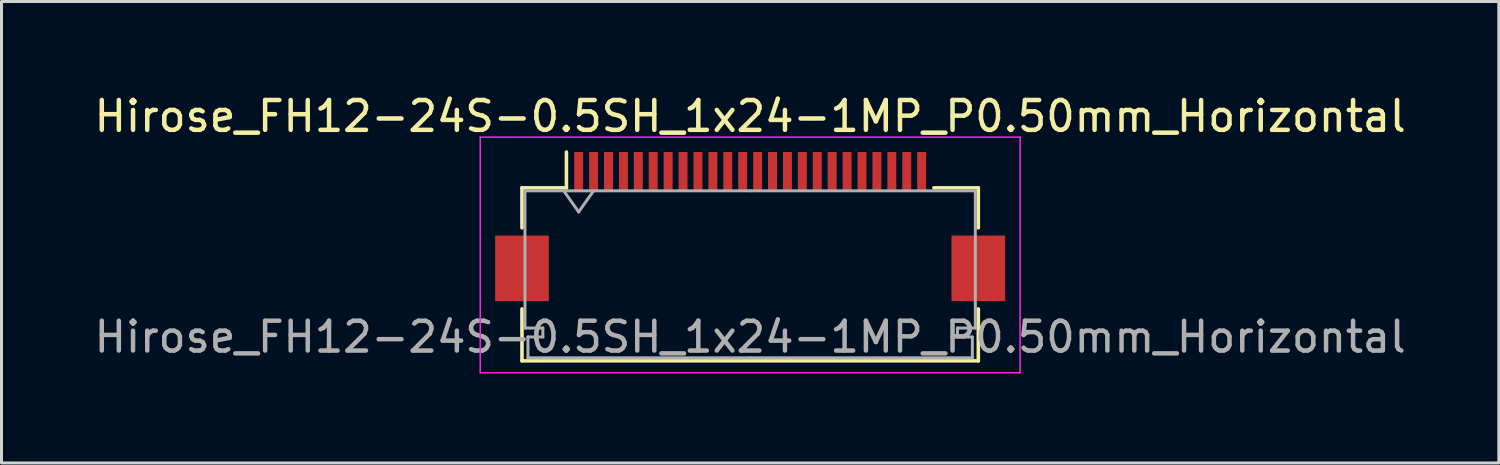
<source format=kicad_pcb>
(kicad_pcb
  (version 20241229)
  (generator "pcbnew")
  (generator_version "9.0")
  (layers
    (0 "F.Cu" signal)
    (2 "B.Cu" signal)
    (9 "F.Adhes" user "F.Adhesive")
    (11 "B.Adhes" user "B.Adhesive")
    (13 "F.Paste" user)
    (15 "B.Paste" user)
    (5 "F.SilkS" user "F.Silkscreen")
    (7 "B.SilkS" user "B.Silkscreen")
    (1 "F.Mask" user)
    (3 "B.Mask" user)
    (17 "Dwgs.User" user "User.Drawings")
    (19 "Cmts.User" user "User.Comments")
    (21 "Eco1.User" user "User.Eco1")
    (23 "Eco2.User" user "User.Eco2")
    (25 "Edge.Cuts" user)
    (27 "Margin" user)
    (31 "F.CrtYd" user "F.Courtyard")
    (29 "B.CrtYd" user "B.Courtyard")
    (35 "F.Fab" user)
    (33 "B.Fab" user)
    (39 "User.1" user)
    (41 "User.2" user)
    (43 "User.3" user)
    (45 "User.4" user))
  (footprint "Hirose_FH12-24S-0.5SH_1x24-1MP_P0.50mm_Horizontal"
    (layer "F.Cu")
    (at 22.101 5.848)
    (property "Reference" "Hirose_FH12-24S-0.5SH_1x24-1MP_P0.50mm_Horizontal" (at 0 -5 0) (layer "F.SilkS") (effects (font (size 1 1) (thickness 0.15))))
    (attr smd)
    (fp_line (start -7.65 -2.6) (end -7.65 -1.26) (stroke (width 0.12) (type solid)) (layer "F.SilkS"))
    (fp_line (start -7.65 1.46) (end -7.65 3.2) (stroke (width 0.12) (type solid)) (layer "F.SilkS"))
    (fp_line (start -7.65 3.2) (end 7.65 3.2) (stroke (width 0.12) (type solid)) (layer "F.SilkS"))
    (fp_line (start -6.16 -2.6) (end -7.65 -2.6) (stroke (width 0.12) (type solid)) (layer "F.SilkS"))
    (fp_line (start -6.16 -2.6) (end -6.16 -3.8) (stroke (width 0.12) (type solid)) (layer "F.SilkS"))
    (fp_line (start 6.16 -2.6) (end 7.65 -2.6) (stroke (width 0.12) (type solid)) (layer "F.SilkS"))
    (fp_line (start 7.65 -2.6) (end 7.65 -1.26) (stroke (width 0.12) (type solid)) (layer "F.SilkS"))
    (fp_line (start 7.65 3.2) (end 7.65 1.46) (stroke (width 0.12) (type solid)) (layer "F.SilkS"))
    (fp_line (start -9.05 -4.3) (end -9.05 3.6) (stroke (width 0.05) (type solid)) (layer "F.CrtYd"))
    (fp_line (start -9.05 3.6) (end 9.05 3.6) (stroke (width 0.05) (type solid)) (layer "F.CrtYd"))
    (fp_line (start 9.05 -4.3) (end -9.05 -4.3) (stroke (width 0.05) (type solid)) (layer "F.CrtYd"))
    (fp_line (start 9.05 3.6) (end 9.05 -4.3) (stroke (width 0.05) (type solid)) (layer "F.CrtYd"))
    (fp_line (start -7.55 -2.5) (end -7.55 2.1) (stroke (width 0.1) (type solid)) (layer "F.Fab"))
    (fp_line (start -7.55 2.1) (end -6.95 2.1) (stroke (width 0.1) (type solid)) (layer "F.Fab"))
    (fp_line (start -7.45 2.4) (end -7.45 3.1) (stroke (width 0.1) (type solid)) (layer "F.Fab"))
    (fp_line (start -7.45 3.1) (end 0 3.1) (stroke (width 0.1) (type solid)) (layer "F.Fab"))
    (fp_line (start -6.95 2.1) (end -6.95 2.4) (stroke (width 0.1) (type solid)) (layer "F.Fab"))
    (fp_line (start -6.95 2.4) (end -7.45 2.4) (stroke (width 0.1) (type solid)) (layer "F.Fab"))
    (fp_line (start -6.25 -2.5) (end -5.75 -1.793) (stroke (width 0.1) (type solid)) (layer "F.Fab"))
    (fp_line (start -5.75 -1.793) (end -5.25 -2.5) (stroke (width 0.1) (type solid)) (layer "F.Fab"))
    (fp_line (start 0 -2.5) (end -7.55 -2.5) (stroke (width 0.1) (type solid)) (layer "F.Fab"))
    (fp_line (start 0 -2.5) (end 7.55 -2.5) (stroke (width 0.1) (type solid)) (layer "F.Fab"))
    (fp_line (start 6.95 2.1) (end 6.95 2.4) (stroke (width 0.1) (type solid)) (layer "F.Fab"))
    (fp_line (start 6.95 2.4) (end 7.45 2.4) (stroke (width 0.1) (type solid)) (layer "F.Fab"))
    (fp_line (start 7.45 2.4) (end 7.45 3.1) (stroke (width 0.1) (type solid)) (layer "F.Fab"))
    (fp_line (start 7.45 3.1) (end 0 3.1) (stroke (width 0.1) (type solid)) (layer "F.Fab"))
    (fp_line (start 7.55 -2.5) (end 7.55 2.1) (stroke (width 0.1) (type solid)) (layer "F.Fab"))
    (fp_line (start 7.55 2.1) (end 6.95 2.1) (stroke (width 0.1) (type solid)) (layer "F.Fab"))
    (fp_text user "${REFERENCE}" (at 0 2.4 0) (layer "F.Fab") (effects (font (size 1 1) (thickness 0.15))))
    (pad "1" smd rect (at -5.75 -3.15) (size 0.3 1.3) (layers "F.Cu" "F.Mask" "F.Paste"))
    (pad "2" smd rect (at -5.25 -3.15) (size 0.3 1.3) (layers "F.Cu" "F.Mask" "F.Paste"))
    (pad "3" smd rect (at -4.75 -3.15) (size 0.3 1.3) (layers "F.Cu" "F.Mask" "F.Paste"))
    (pad "4" smd rect (at -4.25 -3.15) (size 0.3 1.3) (layers "F.Cu" "F.Mask" "F.Paste"))
    (pad "5" smd rect (at -3.75 -3.15) (size 0.3 1.3) (layers "F.Cu" "F.Mask" "F.Paste"))
    (pad "6" smd rect (at -3.25 -3.15) (size 0.3 1.3) (layers "F.Cu" "F.Mask" "F.Paste"))
    (pad "7" smd rect (at -2.75 -3.15) (size 0.3 1.3) (layers "F.Cu" "F.Mask" "F.Paste"))
    (pad "8" smd rect (at -2.25 -3.15) (size 0.3 1.3) (layers "F.Cu" "F.Mask" "F.Paste"))
    (pad "9" smd rect (at -1.75 -3.15) (size 0.3 1.3) (layers "F.Cu" "F.Mask" "F.Paste"))
    (pad "10" smd rect (at -1.25 -3.15) (size 0.3 1.3) (layers "F.Cu" "F.Mask" "F.Paste"))
    (pad "11" smd rect (at -0.75 -3.15) (size 0.3 1.3) (layers "F.Cu" "F.Mask" "F.Paste"))
    (pad "12" smd rect (at -0.25 -3.15) (size 0.3 1.3) (layers "F.Cu" "F.Mask" "F.Paste"))
    (pad "13" smd rect (at 0.25 -3.15) (size 0.3 1.3) (layers "F.Cu" "F.Mask" "F.Paste"))
    (pad "14" smd rect (at 0.75 -3.15) (size 0.3 1.3) (layers "F.Cu" "F.Mask" "F.Paste"))
    (pad "15" smd rect (at 1.25 -3.15) (size 0.3 1.3) (layers "F.Cu" "F.Mask" "F.Paste"))
    (pad "16" smd rect (at 1.75 -3.15) (size 0.3 1.3) (layers "F.Cu" "F.Mask" "F.Paste"))
    (pad "17" smd rect (at 2.25 -3.15) (size 0.3 1.3) (layers "F.Cu" "F.Mask" "F.Paste"))
    (pad "18" smd rect (at 2.75 -3.15) (size 0.3 1.3) (layers "F.Cu" "F.Mask" "F.Paste"))
    (pad "19" smd rect (at 3.25 -3.15) (size 0.3 1.3) (layers "F.Cu" "F.Mask" "F.Paste"))
    (pad "20" smd rect (at 3.75 -3.15) (size 0.3 1.3) (layers "F.Cu" "F.Mask" "F.Paste"))
    (pad "21" smd rect (at 4.25 -3.15) (size 0.3 1.3) (layers "F.Cu" "F.Mask" "F.Paste"))
    (pad "22" smd rect (at 4.75 -3.15) (size 0.3 1.3) (layers "F.Cu" "F.Mask" "F.Paste"))
    (pad "23" smd rect (at 5.25 -3.15) (size 0.3 1.3) (layers "F.Cu" "F.Mask" "F.Paste"))
    (pad "24" smd rect (at 5.75 -3.15) (size 0.3 1.3) (layers "F.Cu" "F.Mask" "F.Paste"))
    (pad "MP" smd rect (at -7.65 0.1) (size 1.8 2.2) (layers "F.Cu" "F.Mask" "F.Paste"))
    (pad "MP" smd rect (at 7.65 0.1) (size 1.8 2.2) (layers "F.Cu" "F.Mask" "F.Paste")))
  (gr_rect
    (start -3 -3)
    (end 47.202 12.473)
    (stroke (width 0.1) (type default))
    (fill no)
    (layer "Edge.Cuts")))
</source>
